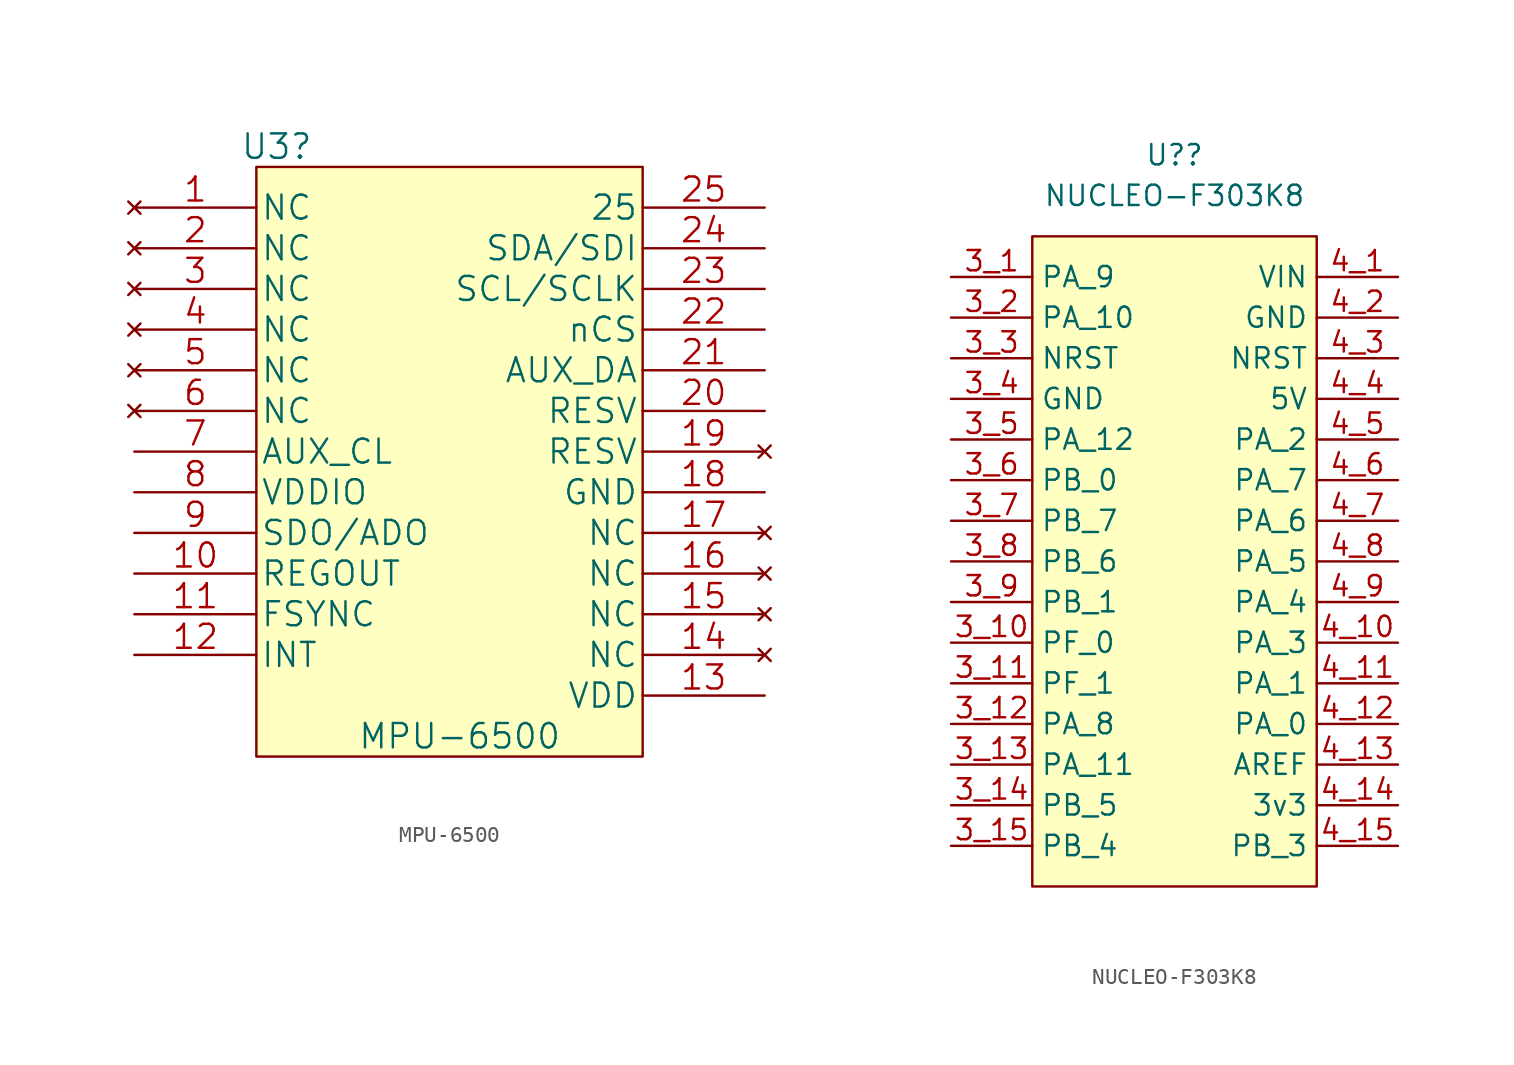
<source format=kicad_sym>
(kicad_symbol_lib
  (version 20211014)
  (generator kicad_symbol_editor)
  (symbol "MPU-6500"
    (pin_names
      (offset 0.254))
    (property "Reference" "U3"
      (at -10.16 17.78 0)
      (effects (font (size 1.524 1.524))))
    (property "Value" "MPU-6500"
      (at 1.27 -19.05 0)
      (effects (font (size 1.524 1.524))))
    (property "ki_locked" ""
      (at 0 0 0)
      (effects (font (size 1.27 1.27))))
    (symbol "MPU-6500_0_1"
      (rectangle (start -11.43 16.51) (end 12.7 -20.32) (stroke (width 0) (type default) (color 0 0 0 0)) (fill (type background))))
    (symbol "MPU-6500_1_1"
      (pin no_connect line (at -19.05 13.97 0) (length 7.62) (name "NC" (effects (font (size 1.499 1.499)))) (number "1" (effects (font (size 1.499 1.499)))))
      (pin unspecified line (at -19.05 -8.89 0) (length 7.62) (name "REGOUT" (effects (font (size 1.499 1.499)))) (number "10" (effects (font (size 1.499 1.499)))))
      (pin input line (at -19.05 -11.43 0) (length 7.62) (name "FSYNC" (effects (font (size 1.499 1.499)))) (number "11" (effects (font (size 1.499 1.499)))))
      (pin output line (at -19.05 -13.97 0) (length 7.62) (name "INT" (effects (font (size 1.499 1.499)))) (number "12" (effects (font (size 1.499 1.499)))))
      (pin power_in line (at 20.32 -16.51 180) (length 7.62) (name "VDD" (effects (font (size 1.499 1.499)))) (number "13" (effects (font (size 1.499 1.499)))))
      (pin no_connect line (at 20.32 -13.97 180) (length 7.62) (name "NC" (effects (font (size 1.499 1.499)))) (number "14" (effects (font (size 1.499 1.499)))))
      (pin no_connect line (at 20.32 -11.43 180) (length 7.62) (name "NC" (effects (font (size 1.499 1.499)))) (number "15" (effects (font (size 1.499 1.499)))))
      (pin no_connect line (at 20.32 -8.89 180) (length 7.62) (name "NC" (effects (font (size 1.499 1.499)))) (number "16" (effects (font (size 1.499 1.499)))))
      (pin no_connect line (at 20.32 -6.35 180) (length 7.62) (name "NC" (effects (font (size 1.499 1.499)))) (number "17" (effects (font (size 1.499 1.499)))))
      (pin power_in line (at 20.32 -3.81 180) (length 7.62) (name "GND" (effects (font (size 1.499 1.499)))) (number "18" (effects (font (size 1.499 1.499)))))
      (pin no_connect line (at 20.32 -1.27 180) (length 7.62) (name "RESV" (effects (font (size 1.499 1.499)))) (number "19" (effects (font (size 1.499 1.499)))))
      (pin no_connect line (at -19.05 11.43 0) (length 7.62) (name "NC" (effects (font (size 1.499 1.499)))) (number "2" (effects (font (size 1.499 1.499)))))
      (pin unspecified line (at 20.32 1.27 180) (length 7.62) (name "RESV" (effects (font (size 1.499 1.499)))) (number "20" (effects (font (size 1.499 1.499)))))
      (pin unspecified line (at 20.32 3.81 180) (length 7.62) (name "AUX_DA" (effects (font (size 1.499 1.499)))) (number "21" (effects (font (size 1.499 1.499)))))
      (pin unspecified line (at 20.32 6.35 180) (length 7.62) (name "nCS" (effects (font (size 1.499 1.499)))) (number "22" (effects (font (size 1.499 1.499)))))
      (pin unspecified line (at 20.32 8.89 180) (length 7.62) (name "SCL/SCLK" (effects (font (size 1.499 1.499)))) (number "23" (effects (font (size 1.499 1.499)))))
      (pin unspecified line (at 20.32 11.43 180) (length 7.62) (name "SDA/SDI" (effects (font (size 1.499 1.499)))) (number "24" (effects (font (size 1.499 1.499)))))
      (pin power_in line (at 20.32 13.97 180) (length 7.62) (name "25" (effects (font (size 1.499 1.499)))) (number "25" (effects (font (size 1.499 1.499)))))
      (pin no_connect line (at -19.05 8.89 0) (length 7.62) (name "NC" (effects (font (size 1.499 1.499)))) (number "3" (effects (font (size 1.499 1.499)))))
      (pin no_connect line (at -19.05 6.35 0) (length 7.62) (name "NC" (effects (font (size 1.499 1.499)))) (number "4" (effects (font (size 1.499 1.499)))))
      (pin no_connect line (at -19.05 3.81 0) (length 7.62) (name "NC" (effects (font (size 1.499 1.499)))) (number "5" (effects (font (size 1.499 1.499)))))
      (pin no_connect line (at -19.05 1.27 0) (length 7.62) (name "NC" (effects (font (size 1.499 1.499)))) (number "6" (effects (font (size 1.499 1.499)))))
      (pin unspecified line (at -19.05 -1.27 0) (length 7.62) (name "AUX_CL" (effects (font (size 1.499 1.499)))) (number "7" (effects (font (size 1.499 1.499)))))
      (pin power_in line (at -19.05 -3.81 0) (length 7.62) (name "VDDIO" (effects (font (size 1.499 1.499)))) (number "8" (effects (font (size 1.499 1.499)))))
      (pin unspecified line (at -19.05 -6.35 0) (length 7.62) (name "SDO/ADO" (effects (font (size 1.499 1.499)))) (number "9" (effects (font (size 1.499 1.499)))))))
  (symbol "NUCLEO-F303K8"
    (property "Reference" "U?"
      (at 0 20.32 0)
      (effects (font (size 1.27 1.27))))
    (property "Value" "NUCLEO-F303K8"
      (at 0 17.78 0)
      (effects (font (size 1.27 1.27))))
    (symbol "NUCLEO-F303K8_0_1"
      (rectangle (start -8.89 15.24) (end 8.89 -25.4) (stroke (width 0) (type default) (color 0 0 0 0)) (fill (type background))))
    (symbol "NUCLEO-F303K8_1_1"
      (pin bidirectional line (at -13.97 12.7 0) (length 5.08) (name "PA_9" (effects (font (size 1.27 1.27)))) (number "3_1" (effects (font (size 1.27 1.27)))))
      (pin bidirectional line (at -13.97 -10.16 0) (length 5.08) (name "PF_0" (effects (font (size 1.27 1.27)))) (number "3_10" (effects (font (size 1.27 1.27)))))
      (pin bidirectional line (at -13.97 -12.7 0) (length 5.08) (name "PF_1" (effects (font (size 1.27 1.27)))) (number "3_11" (effects (font (size 1.27 1.27)))))
      (pin bidirectional line (at -13.97 -15.24 0) (length 5.08) (name "PA_8" (effects (font (size 1.27 1.27)))) (number "3_12" (effects (font (size 1.27 1.27)))))
      (pin bidirectional line (at -13.97 -17.78 0) (length 5.08) (name "PA_11" (effects (font (size 1.27 1.27)))) (number "3_13" (effects (font (size 1.27 1.27)))))
      (pin bidirectional line (at -13.97 -20.32 0) (length 5.08) (name "PB_5" (effects (font (size 1.27 1.27)))) (number "3_14" (effects (font (size 1.27 1.27)))))
      (pin bidirectional line (at -13.97 -22.86 0) (length 5.08) (name "PB_4" (effects (font (size 1.27 1.27)))) (number "3_15" (effects (font (size 1.27 1.27)))))
      (pin bidirectional line (at -13.97 10.16 0) (length 5.08) (name "PA_10" (effects (font (size 1.27 1.27)))) (number "3_2" (effects (font (size 1.27 1.27)))))
      (pin input line (at -13.97 7.62 0) (length 5.08) (name "NRST" (effects (font (size 1.27 1.27)))) (number "3_3" (effects (font (size 1.27 1.27)))))
      (pin power_in line (at -13.97 5.08 0) (length 5.08) (name "GND" (effects (font (size 1.27 1.27)))) (number "3_4" (effects (font (size 1.27 1.27)))))
      (pin bidirectional line (at -13.97 2.54 0) (length 5.08) (name "PA_12" (effects (font (size 1.27 1.27)))) (number "3_5" (effects (font (size 1.27 1.27)))))
      (pin bidirectional line (at -13.97 0 0) (length 5.08) (name "PB_0" (effects (font (size 1.27 1.27)))) (number "3_6" (effects (font (size 1.27 1.27)))))
      (pin bidirectional line (at -13.97 -2.54 0) (length 5.08) (name "PB_7" (effects (font (size 1.27 1.27)))) (number "3_7" (effects (font (size 1.27 1.27)))))
      (pin bidirectional line (at -13.97 -5.08 0) (length 5.08) (name "PB_6" (effects (font (size 1.27 1.27)))) (number "3_8" (effects (font (size 1.27 1.27)))))
      (pin bidirectional line (at -13.97 -7.62 0) (length 5.08) (name "PB_1" (effects (font (size 1.27 1.27)))) (number "3_9" (effects (font (size 1.27 1.27)))))
      (pin power_in line (at 13.97 12.7 180) (length 5.08) (name "VIN" (effects (font (size 1.27 1.27)))) (number "4_1" (effects (font (size 1.27 1.27)))))
      (pin bidirectional line (at 13.97 -10.16 180) (length 5.08) (name "PA_3" (effects (font (size 1.27 1.27)))) (number "4_10" (effects (font (size 1.27 1.27)))))
      (pin bidirectional line (at 13.97 -12.7 180) (length 5.08) (name "PA_1" (effects (font (size 1.27 1.27)))) (number "4_11" (effects (font (size 1.27 1.27)))))
      (pin bidirectional line (at 13.97 -15.24 180) (length 5.08) (name "PA_0" (effects (font (size 1.27 1.27)))) (number "4_12" (effects (font (size 1.27 1.27)))))
      (pin input line (at 13.97 -17.78 180) (length 5.08) (name "AREF" (effects (font (size 1.27 1.27)))) (number "4_13" (effects (font (size 1.27 1.27)))))
      (pin power_out line (at 13.97 -20.32 180) (length 5.08) (name "3v3" (effects (font (size 1.27 1.27)))) (number "4_14" (effects (font (size 1.27 1.27)))))
      (pin bidirectional line (at 13.97 -22.86 180) (length 5.08) (name "PB_3" (effects (font (size 1.27 1.27)))) (number "4_15" (effects (font (size 1.27 1.27)))))
      (pin power_in line (at 13.97 10.16 180) (length 5.08) (name "GND" (effects (font (size 1.27 1.27)))) (number "4_2" (effects (font (size 1.27 1.27)))))
      (pin input line (at 13.97 7.62 180) (length 5.08) (name "NRST" (effects (font (size 1.27 1.27)))) (number "4_3" (effects (font (size 1.27 1.27)))))
      (pin power_out line (at 13.97 5.08 180) (length 5.08) (name "5V" (effects (font (size 1.27 1.27)))) (number "4_4" (effects (font (size 1.27 1.27)))))
      (pin bidirectional line (at 13.97 2.54 180) (length 5.08) (name "PA_2" (effects (font (size 1.27 1.27)))) (number "4_5" (effects (font (size 1.27 1.27)))))
      (pin bidirectional line (at 13.97 0 180) (length 5.08) (name "PA_7" (effects (font (size 1.27 1.27)))) (number "4_6" (effects (font (size 1.27 1.27)))))
      (pin bidirectional line (at 13.97 -2.54 180) (length 5.08) (name "PA_6" (effects (font (size 1.27 1.27)))) (number "4_7" (effects (font (size 1.27 1.27)))))
      (pin bidirectional line (at 13.97 -5.08 180) (length 5.08) (name "PA_5" (effects (font (size 1.27 1.27)))) (number "4_8" (effects (font (size 1.27 1.27)))))
      (pin bidirectional line (at 13.97 -7.62 180) (length 5.08) (name "PA_4" (effects (font (size 1.27 1.27)))) (number "4_9" (effects (font (size 1.27 1.27))))))))
</source>
